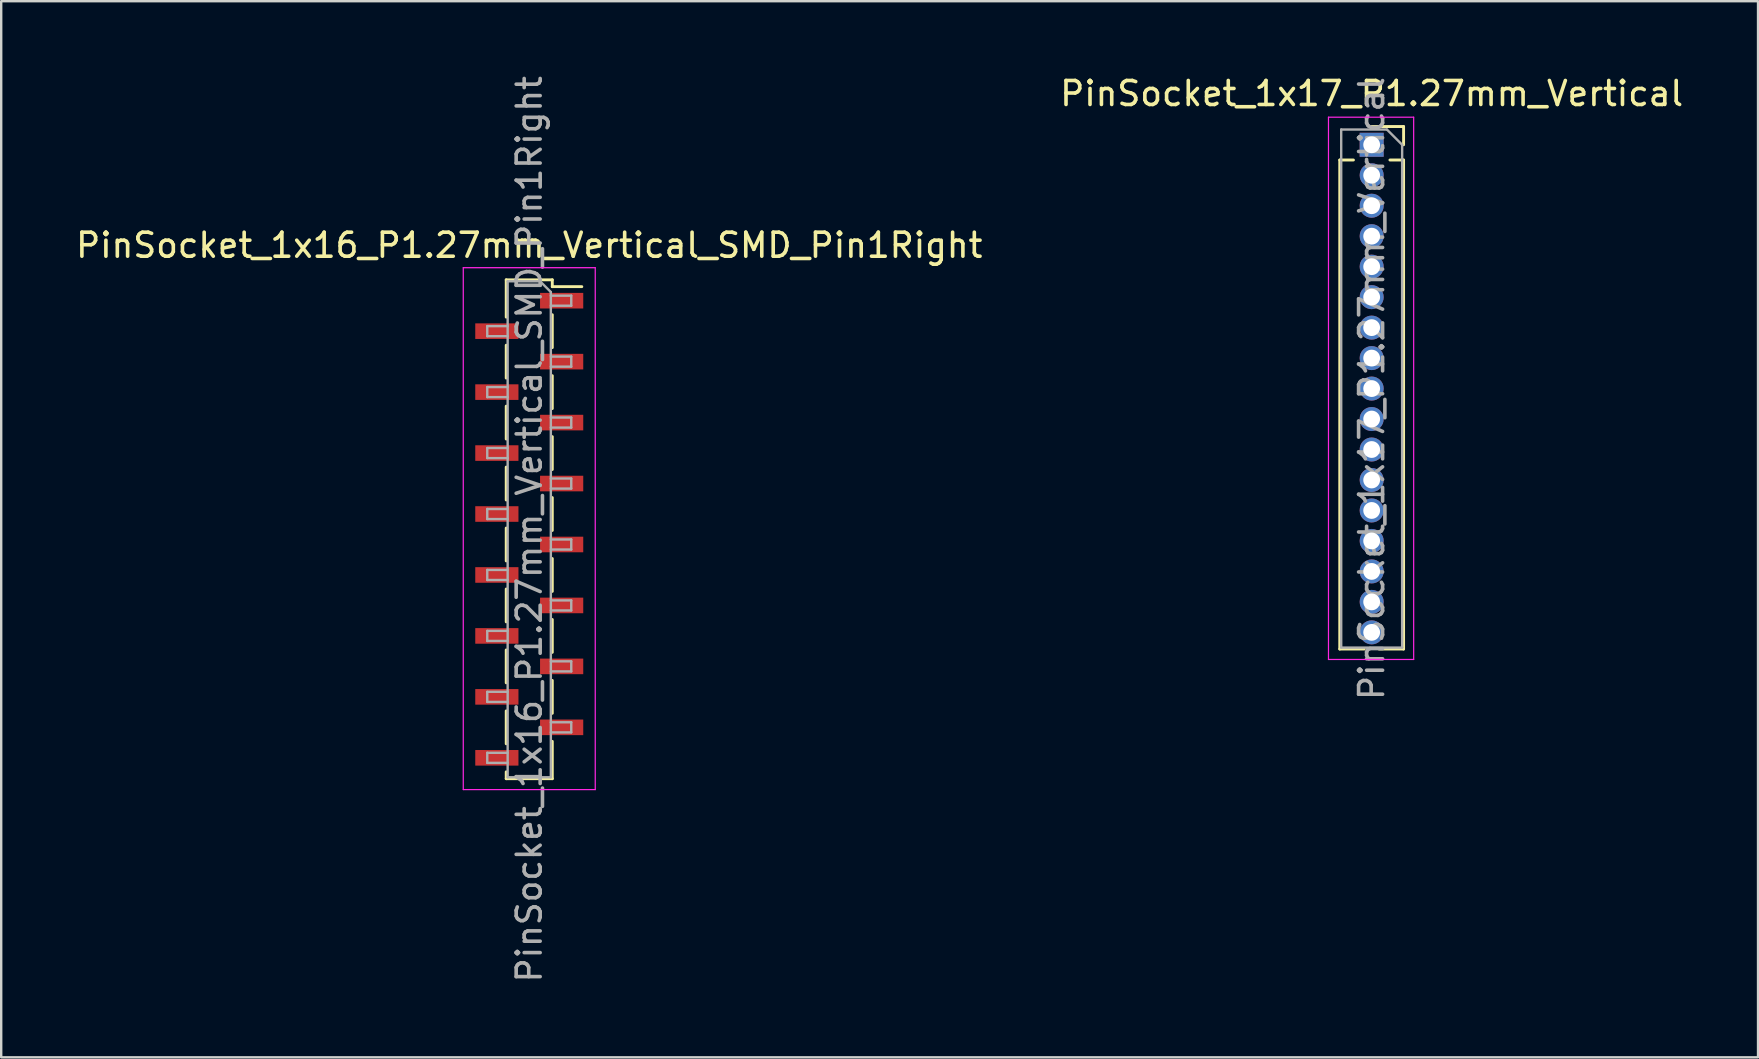
<source format=kicad_pcb>
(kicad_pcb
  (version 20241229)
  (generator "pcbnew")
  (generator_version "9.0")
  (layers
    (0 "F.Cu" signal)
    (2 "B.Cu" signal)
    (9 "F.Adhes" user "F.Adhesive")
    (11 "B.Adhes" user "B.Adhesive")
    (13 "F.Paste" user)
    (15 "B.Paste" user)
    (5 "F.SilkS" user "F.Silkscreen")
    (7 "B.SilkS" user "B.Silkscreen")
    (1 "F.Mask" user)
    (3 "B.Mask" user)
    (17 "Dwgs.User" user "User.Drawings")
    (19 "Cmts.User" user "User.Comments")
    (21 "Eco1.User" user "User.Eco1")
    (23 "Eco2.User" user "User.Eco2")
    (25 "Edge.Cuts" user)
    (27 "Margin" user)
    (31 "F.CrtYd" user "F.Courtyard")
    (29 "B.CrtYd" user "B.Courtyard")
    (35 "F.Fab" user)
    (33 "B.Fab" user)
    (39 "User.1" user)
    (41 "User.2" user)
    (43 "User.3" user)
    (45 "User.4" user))
  (footprint "PinSocket_1x16_P1.27mm_Vertical_SMD_Pin1Right"
    (layer "F.Cu")
    (at 19.006 19.006)
    (property "Reference" "PinSocket_1x16_P1.27mm_Vertical_SMD_Pin1Right" (at 0 -11.835 0) (layer "F.SilkS") (effects (font (size 1 1) (thickness 0.15))))
    (attr smd)
    (fp_line (start -0.96 -10.395) (end -0.96 -8.84) (stroke (width 0.12) (type solid)) (layer "F.SilkS"))
    (fp_line (start -0.96 -10.395) (end 0.96 -10.395) (stroke (width 0.12) (type solid)) (layer "F.SilkS"))
    (fp_line (start -0.96 -7.67) (end -0.96 -6.3) (stroke (width 0.12) (type solid)) (layer "F.SilkS"))
    (fp_line (start -0.96 -5.13) (end -0.96 -3.76) (stroke (width 0.12) (type solid)) (layer "F.SilkS"))
    (fp_line (start -0.96 -2.59) (end -0.96 -1.22) (stroke (width 0.12) (type solid)) (layer "F.SilkS"))
    (fp_line (start -0.96 -0.05) (end -0.96 1.32) (stroke (width 0.12) (type solid)) (layer "F.SilkS"))
    (fp_line (start -0.96 2.49) (end -0.96 3.86) (stroke (width 0.12) (type solid)) (layer "F.SilkS"))
    (fp_line (start -0.96 5.03) (end -0.96 6.4) (stroke (width 0.12) (type solid)) (layer "F.SilkS"))
    (fp_line (start -0.96 7.57) (end -0.96 8.94) (stroke (width 0.12) (type solid)) (layer "F.SilkS"))
    (fp_line (start -0.96 10.11) (end -0.96 10.395) (stroke (width 0.12) (type solid)) (layer "F.SilkS"))
    (fp_line (start -0.96 10.395) (end 0.96 10.395) (stroke (width 0.12) (type solid)) (layer "F.SilkS"))
    (fp_line (start 0.96 -10.395) (end 0.96 -10.11) (stroke (width 0.12) (type solid)) (layer "F.SilkS"))
    (fp_line (start 0.96 -10.11) (end 2.19 -10.11) (stroke (width 0.12) (type solid)) (layer "F.SilkS"))
    (fp_line (start 0.96 -8.94) (end 0.96 -7.57) (stroke (width 0.12) (type solid)) (layer "F.SilkS"))
    (fp_line (start 0.96 -6.4) (end 0.96 -5.03) (stroke (width 0.12) (type solid)) (layer "F.SilkS"))
    (fp_line (start 0.96 -3.86) (end 0.96 -2.49) (stroke (width 0.12) (type solid)) (layer "F.SilkS"))
    (fp_line (start 0.96 -1.32) (end 0.96 0.05) (stroke (width 0.12) (type solid)) (layer "F.SilkS"))
    (fp_line (start 0.96 1.22) (end 0.96 2.59) (stroke (width 0.12) (type solid)) (layer "F.SilkS"))
    (fp_line (start 0.96 3.76) (end 0.96 5.13) (stroke (width 0.12) (type solid)) (layer "F.SilkS"))
    (fp_line (start 0.96 6.3) (end 0.96 7.67) (stroke (width 0.12) (type solid)) (layer "F.SilkS"))
    (fp_line (start 0.96 8.84) (end 0.96 10.395) (stroke (width 0.12) (type solid)) (layer "F.SilkS"))
    (fp_line (start -2.75 -10.9) (end 2.75 -10.9) (stroke (width 0.05) (type solid)) (layer "F.CrtYd"))
    (fp_line (start -2.75 10.85) (end -2.75 -10.9) (stroke (width 0.05) (type solid)) (layer "F.CrtYd"))
    (fp_line (start 2.75 -10.9) (end 2.75 10.85) (stroke (width 0.05) (type solid)) (layer "F.CrtYd"))
    (fp_line (start 2.75 10.85) (end -2.75 10.85) (stroke (width 0.05) (type solid)) (layer "F.CrtYd"))
    (fp_line (start -1.75 -8.465) (end -0.9 -8.465) (stroke (width 0.1) (type solid)) (layer "F.Fab"))
    (fp_line (start -1.75 -8.045) (end -1.75 -8.465) (stroke (width 0.1) (type solid)) (layer "F.Fab"))
    (fp_line (start -1.75 -5.925) (end -0.9 -5.925) (stroke (width 0.1) (type solid)) (layer "F.Fab"))
    (fp_line (start -1.75 -5.505) (end -1.75 -5.925) (stroke (width 0.1) (type solid)) (layer "F.Fab"))
    (fp_line (start -1.75 -3.385) (end -0.9 -3.385) (stroke (width 0.1) (type solid)) (layer "F.Fab"))
    (fp_line (start -1.75 -2.965) (end -1.75 -3.385) (stroke (width 0.1) (type solid)) (layer "F.Fab"))
    (fp_line (start -1.75 -0.845) (end -0.9 -0.845) (stroke (width 0.1) (type solid)) (layer "F.Fab"))
    (fp_line (start -1.75 -0.425) (end -1.75 -0.845) (stroke (width 0.1) (type solid)) (layer "F.Fab"))
    (fp_line (start -1.75 1.695) (end -0.9 1.695) (stroke (width 0.1) (type solid)) (layer "F.Fab"))
    (fp_line (start -1.75 2.115) (end -1.75 1.695) (stroke (width 0.1) (type solid)) (layer "F.Fab"))
    (fp_line (start -1.75 4.235) (end -0.9 4.235) (stroke (width 0.1) (type solid)) (layer "F.Fab"))
    (fp_line (start -1.75 4.655) (end -1.75 4.235) (stroke (width 0.1) (type solid)) (layer "F.Fab"))
    (fp_line (start -1.75 6.775) (end -0.9 6.775) (stroke (width 0.1) (type solid)) (layer "F.Fab"))
    (fp_line (start -1.75 7.195) (end -1.75 6.775) (stroke (width 0.1) (type solid)) (layer "F.Fab"))
    (fp_line (start -1.75 9.315) (end -0.9 9.315) (stroke (width 0.1) (type solid)) (layer "F.Fab"))
    (fp_line (start -1.75 9.735) (end -1.75 9.315) (stroke (width 0.1) (type solid)) (layer "F.Fab"))
    (fp_line (start -0.9 -10.335) (end 0.45 -10.335) (stroke (width 0.1) (type solid)) (layer "F.Fab"))
    (fp_line (start -0.9 -8.045) (end -1.75 -8.045) (stroke (width 0.1) (type solid)) (layer "F.Fab"))
    (fp_line (start -0.9 -5.505) (end -1.75 -5.505) (stroke (width 0.1) (type solid)) (layer "F.Fab"))
    (fp_line (start -0.9 -2.965) (end -1.75 -2.965) (stroke (width 0.1) (type solid)) (layer "F.Fab"))
    (fp_line (start -0.9 -0.425) (end -1.75 -0.425) (stroke (width 0.1) (type solid)) (layer "F.Fab"))
    (fp_line (start -0.9 2.115) (end -1.75 2.115) (stroke (width 0.1) (type solid)) (layer "F.Fab"))
    (fp_line (start -0.9 4.655) (end -1.75 4.655) (stroke (width 0.1) (type solid)) (layer "F.Fab"))
    (fp_line (start -0.9 7.195) (end -1.75 7.195) (stroke (width 0.1) (type solid)) (layer "F.Fab"))
    (fp_line (start -0.9 9.735) (end -1.75 9.735) (stroke (width 0.1) (type solid)) (layer "F.Fab"))
    (fp_line (start -0.9 10.335) (end -0.9 -10.335) (stroke (width 0.1) (type solid)) (layer "F.Fab"))
    (fp_line (start 0.45 -10.335) (end 0.9 -9.885) (stroke (width 0.1) (type solid)) (layer "F.Fab"))
    (fp_line (start 0.9 -9.885) (end 0.9 10.335) (stroke (width 0.1) (type solid)) (layer "F.Fab"))
    (fp_line (start 0.9 -9.735) (end 1.75 -9.735) (stroke (width 0.1) (type solid)) (layer "F.Fab"))
    (fp_line (start 0.9 -7.195) (end 1.75 -7.195) (stroke (width 0.1) (type solid)) (layer "F.Fab"))
    (fp_line (start 0.9 -4.655) (end 1.75 -4.655) (stroke (width 0.1) (type solid)) (layer "F.Fab"))
    (fp_line (start 0.9 -2.115) (end 1.75 -2.115) (stroke (width 0.1) (type solid)) (layer "F.Fab"))
    (fp_line (start 0.9 0.425) (end 1.75 0.425) (stroke (width 0.1) (type solid)) (layer "F.Fab"))
    (fp_line (start 0.9 2.965) (end 1.75 2.965) (stroke (width 0.1) (type solid)) (layer "F.Fab"))
    (fp_line (start 0.9 5.505) (end 1.75 5.505) (stroke (width 0.1) (type solid)) (layer "F.Fab"))
    (fp_line (start 0.9 8.045) (end 1.75 8.045) (stroke (width 0.1) (type solid)) (layer "F.Fab"))
    (fp_line (start 0.9 10.335) (end -0.9 10.335) (stroke (width 0.1) (type solid)) (layer "F.Fab"))
    (fp_line (start 1.75 -9.735) (end 1.75 -9.315) (stroke (width 0.1) (type solid)) (layer "F.Fab"))
    (fp_line (start 1.75 -9.315) (end 0.9 -9.315) (stroke (width 0.1) (type solid)) (layer "F.Fab"))
    (fp_line (start 1.75 -7.195) (end 1.75 -6.775) (stroke (width 0.1) (type solid)) (layer "F.Fab"))
    (fp_line (start 1.75 -6.775) (end 0.9 -6.775) (stroke (width 0.1) (type solid)) (layer "F.Fab"))
    (fp_line (start 1.75 -4.655) (end 1.75 -4.235) (stroke (width 0.1) (type solid)) (layer "F.Fab"))
    (fp_line (start 1.75 -4.235) (end 0.9 -4.235) (stroke (width 0.1) (type solid)) (layer "F.Fab"))
    (fp_line (start 1.75 -2.115) (end 1.75 -1.695) (stroke (width 0.1) (type solid)) (layer "F.Fab"))
    (fp_line (start 1.75 -1.695) (end 0.9 -1.695) (stroke (width 0.1) (type solid)) (layer "F.Fab"))
    (fp_line (start 1.75 0.425) (end 1.75 0.845) (stroke (width 0.1) (type solid)) (layer "F.Fab"))
    (fp_line (start 1.75 0.845) (end 0.9 0.845) (stroke (width 0.1) (type solid)) (layer "F.Fab"))
    (fp_line (start 1.75 2.965) (end 1.75 3.385) (stroke (width 0.1) (type solid)) (layer "F.Fab"))
    (fp_line (start 1.75 3.385) (end 0.9 3.385) (stroke (width 0.1) (type solid)) (layer "F.Fab"))
    (fp_line (start 1.75 5.505) (end 1.75 5.925) (stroke (width 0.1) (type solid)) (layer "F.Fab"))
    (fp_line (start 1.75 5.925) (end 0.9 5.925) (stroke (width 0.1) (type solid)) (layer "F.Fab"))
    (fp_line (start 1.75 8.045) (end 1.75 8.465) (stroke (width 0.1) (type solid)) (layer "F.Fab"))
    (fp_line (start 1.75 8.465) (end 0.9 8.465) (stroke (width 0.1) (type solid)) (layer "F.Fab"))
    (fp_text user "${REFERENCE}" (at 0 0 90) (layer "F.Fab") (effects (font (size 1 1) (thickness 0.15))))
    (pad "1" smd rect (at 1.35 -9.525) (size 1.8 0.65) (layers "F.Cu" "F.Mask" "F.Paste"))
    (pad "2" smd rect (at -1.35 -8.255) (size 1.8 0.65) (layers "F.Cu" "F.Mask" "F.Paste"))
    (pad "3" smd rect (at 1.35 -6.985) (size 1.8 0.65) (layers "F.Cu" "F.Mask" "F.Paste"))
    (pad "4" smd rect (at -1.35 -5.715) (size 1.8 0.65) (layers "F.Cu" "F.Mask" "F.Paste"))
    (pad "5" smd rect (at 1.35 -4.445) (size 1.8 0.65) (layers "F.Cu" "F.Mask" "F.Paste"))
    (pad "6" smd rect (at -1.35 -3.175) (size 1.8 0.65) (layers "F.Cu" "F.Mask" "F.Paste"))
    (pad "7" smd rect (at 1.35 -1.905) (size 1.8 0.65) (layers "F.Cu" "F.Mask" "F.Paste"))
    (pad "8" smd rect (at -1.35 -0.635) (size 1.8 0.65) (layers "F.Cu" "F.Mask" "F.Paste"))
    (pad "9" smd rect (at 1.35 0.635) (size 1.8 0.65) (layers "F.Cu" "F.Mask" "F.Paste"))
    (pad "10" smd rect (at -1.35 1.905) (size 1.8 0.65) (layers "F.Cu" "F.Mask" "F.Paste"))
    (pad "11" smd rect (at 1.35 3.175) (size 1.8 0.65) (layers "F.Cu" "F.Mask" "F.Paste"))
    (pad "12" smd rect (at -1.35 4.445) (size 1.8 0.65) (layers "F.Cu" "F.Mask" "F.Paste"))
    (pad "13" smd rect (at 1.35 5.715) (size 1.8 0.65) (layers "F.Cu" "F.Mask" "F.Paste"))
    (pad "14" smd rect (at -1.35 6.985) (size 1.8 0.65) (layers "F.Cu" "F.Mask" "F.Paste"))
    (pad "15" smd rect (at 1.35 8.255) (size 1.8 0.65) (layers "F.Cu" "F.Mask" "F.Paste"))
    (pad "16" smd rect (at -1.35 9.525) (size 1.8 0.65) (layers "F.Cu" "F.Mask" "F.Paste")))
  (footprint "PinSocket_1x17_P1.27mm_Vertical"
    (layer "F.Cu")
    (at 54.113 2.983)
    (property "Reference" "PinSocket_1x17_P1.27mm_Vertical" (at 0 -2.135 0) (layer "F.SilkS") (effects (font (size 1 1) (thickness 0.15))))
    (attr through_hole)
    (fp_line (start -1.33 0.635) (end -1.33 21.015) (stroke (width 0.12) (type solid)) (layer "F.SilkS"))
    (fp_line (start -1.33 0.635) (end -0.76 0.635) (stroke (width 0.12) (type solid)) (layer "F.SilkS"))
    (fp_line (start -1.33 21.015) (end -0.308 21.015) (stroke (width 0.12) (type solid)) (layer "F.SilkS"))
    (fp_line (start 0 -0.76) (end 1.33 -0.76) (stroke (width 0.12) (type solid)) (layer "F.SilkS"))
    (fp_line (start 0.308 21.015) (end 1.33 21.015) (stroke (width 0.12) (type solid)) (layer "F.SilkS"))
    (fp_line (start 0.76 0.635) (end 1.33 0.635) (stroke (width 0.12) (type solid)) (layer "F.SilkS"))
    (fp_line (start 1.33 -0.76) (end 1.33 0) (stroke (width 0.12) (type solid)) (layer "F.SilkS"))
    (fp_line (start 1.33 0.635) (end 1.33 21.015) (stroke (width 0.12) (type solid)) (layer "F.SilkS"))
    (fp_line (start -1.8 -1.15) (end 1.75 -1.15) (stroke (width 0.05) (type solid)) (layer "F.CrtYd"))
    (fp_line (start -1.8 21.45) (end -1.8 -1.15) (stroke (width 0.05) (type solid)) (layer "F.CrtYd"))
    (fp_line (start 1.75 -1.15) (end 1.75 21.45) (stroke (width 0.05) (type solid)) (layer "F.CrtYd"))
    (fp_line (start 1.75 21.45) (end -1.8 21.45) (stroke (width 0.05) (type solid)) (layer "F.CrtYd"))
    (fp_line (start -1.27 -0.635) (end 0.635 -0.635) (stroke (width 0.1) (type solid)) (layer "F.Fab"))
    (fp_line (start -1.27 20.955) (end -1.27 -0.635) (stroke (width 0.1) (type solid)) (layer "F.Fab"))
    (fp_line (start 0.635 -0.635) (end 1.27 0) (stroke (width 0.1) (type solid)) (layer "F.Fab"))
    (fp_line (start 1.27 0) (end 1.27 20.955) (stroke (width 0.1) (type solid)) (layer "F.Fab"))
    (fp_line (start 1.27 20.955) (end -1.27 20.955) (stroke (width 0.1) (type solid)) (layer "F.Fab"))
    (fp_text user "${REFERENCE}" (at 0 10.16 90) (layer "F.Fab") (effects (font (size 1 1) (thickness 0.15))))
    (pad "1" thru_hole rect (at 0 0) (size 1 1) (drill 0.7) (layers "*.Cu" "*.Mask"))
    (pad "2" thru_hole circle (at 0 1.27) (size 1 1) (drill 0.7) (layers "*.Cu" "*.Mask"))
    (pad "3" thru_hole circle (at 0 2.54) (size 1 1) (drill 0.7) (layers "*.Cu" "*.Mask"))
    (pad "4" thru_hole circle (at 0 3.81) (size 1 1) (drill 0.7) (layers "*.Cu" "*.Mask"))
    (pad "5" thru_hole circle (at 0 5.08) (size 1 1) (drill 0.7) (layers "*.Cu" "*.Mask"))
    (pad "6" thru_hole circle (at 0 6.35) (size 1 1) (drill 0.7) (layers "*.Cu" "*.Mask"))
    (pad "7" thru_hole circle (at 0 7.62) (size 1 1) (drill 0.7) (layers "*.Cu" "*.Mask"))
    (pad "8" thru_hole circle (at 0 8.89) (size 1 1) (drill 0.7) (layers "*.Cu" "*.Mask"))
    (pad "9" thru_hole circle (at 0 10.16) (size 1 1) (drill 0.7) (layers "*.Cu" "*.Mask"))
    (pad "10" thru_hole circle (at 0 11.43) (size 1 1) (drill 0.7) (layers "*.Cu" "*.Mask"))
    (pad "11" thru_hole circle (at 0 12.7) (size 1 1) (drill 0.7) (layers "*.Cu" "*.Mask"))
    (pad "12" thru_hole circle (at 0 13.97) (size 1 1) (drill 0.7) (layers "*.Cu" "*.Mask"))
    (pad "13" thru_hole circle (at 0 15.24) (size 1 1) (drill 0.7) (layers "*.Cu" "*.Mask"))
    (pad "14" thru_hole circle (at 0 16.51) (size 1 1) (drill 0.7) (layers "*.Cu" "*.Mask"))
    (pad "15" thru_hole circle (at 0 17.78) (size 1 1) (drill 0.7) (layers "*.Cu" "*.Mask"))
    (pad "16" thru_hole circle (at 0 19.05) (size 1 1) (drill 0.7) (layers "*.Cu" "*.Mask"))
    (pad "17" thru_hole circle (at 0 20.32) (size 1 1) (drill 0.7) (layers "*.Cu" "*.Mask")))
  (gr_rect
    (start -3 -3)
    (end 70.214 41.012)
    (stroke (width 0.1) (type default))
    (fill no)
    (layer "Edge.Cuts")))
</source>
